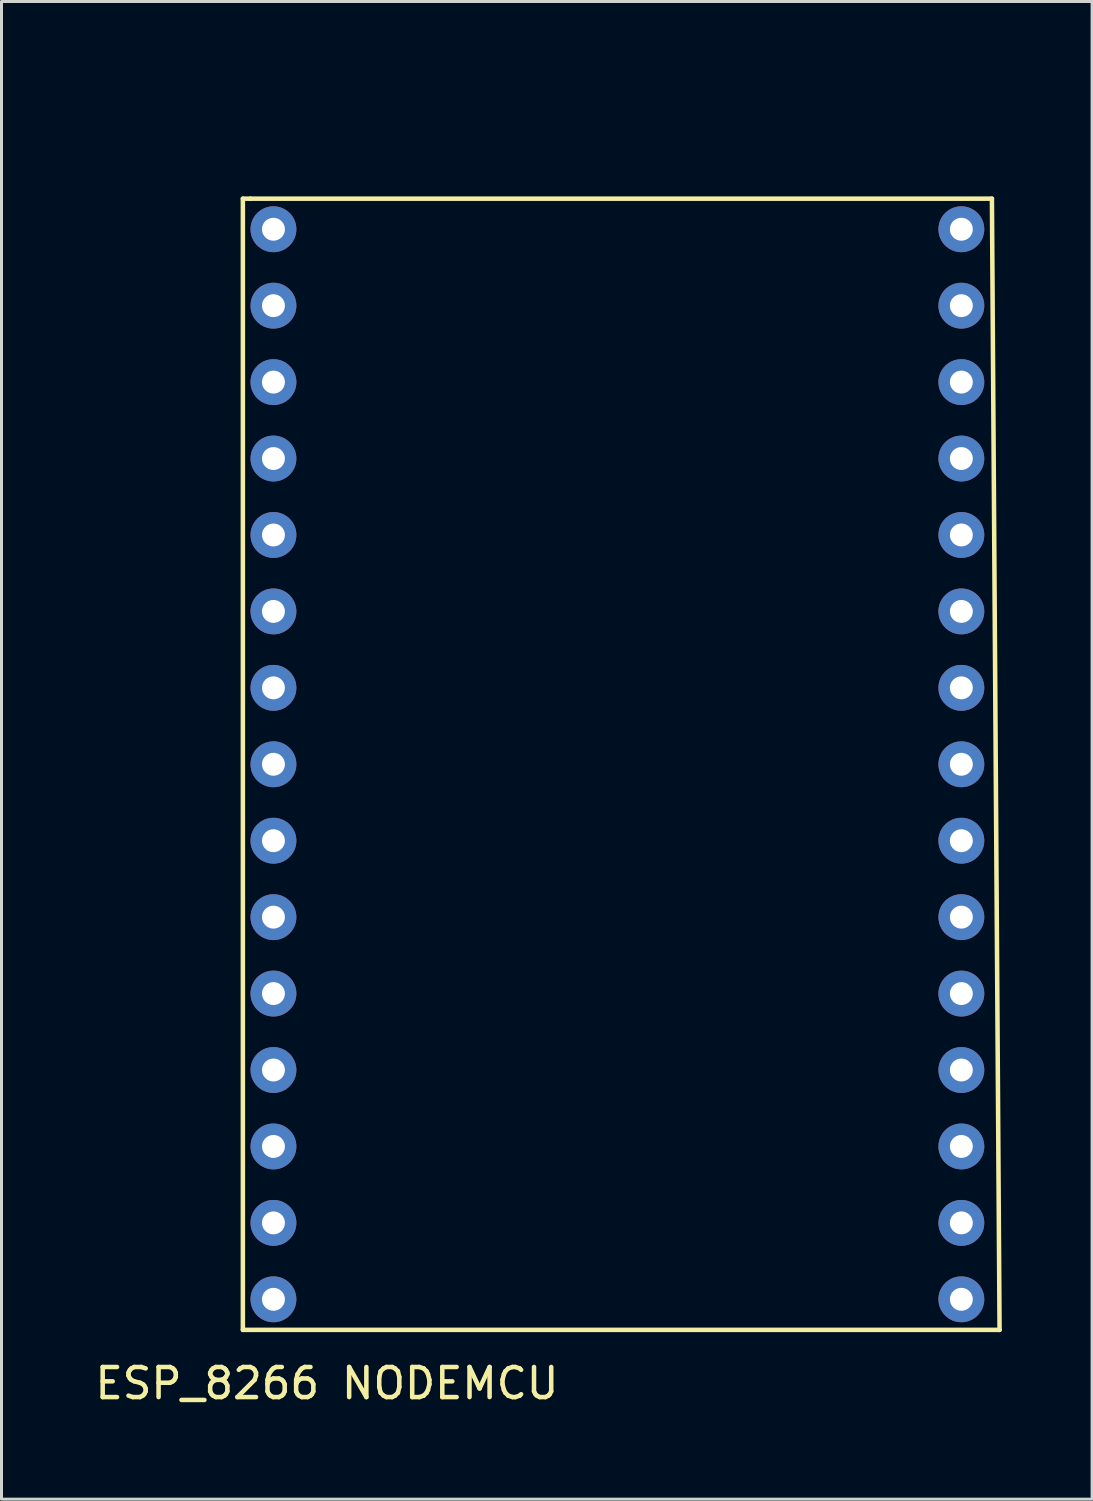
<source format=kicad_pcb>
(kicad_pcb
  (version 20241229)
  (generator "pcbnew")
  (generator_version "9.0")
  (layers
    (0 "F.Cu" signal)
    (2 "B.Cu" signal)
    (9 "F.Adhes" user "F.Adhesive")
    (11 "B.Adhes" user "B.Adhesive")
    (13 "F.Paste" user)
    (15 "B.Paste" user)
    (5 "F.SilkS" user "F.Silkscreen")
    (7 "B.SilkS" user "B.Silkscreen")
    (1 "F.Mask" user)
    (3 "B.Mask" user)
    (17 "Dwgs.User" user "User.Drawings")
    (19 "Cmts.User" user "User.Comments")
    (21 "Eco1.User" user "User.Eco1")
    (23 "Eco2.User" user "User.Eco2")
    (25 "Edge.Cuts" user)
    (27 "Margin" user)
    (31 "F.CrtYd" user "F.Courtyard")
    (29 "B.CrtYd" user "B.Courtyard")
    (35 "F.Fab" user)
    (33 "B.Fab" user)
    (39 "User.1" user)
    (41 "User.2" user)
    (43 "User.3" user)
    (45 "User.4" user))
  (footprint "ESP_8266 NODEMCU"
    (layer "F.Cu")
    (at 6.799 0.25)
    (property "Reference" "ESP_8266 NODEMCU" (at 1.016 42.672 0) (layer "F.SilkS") (effects (font (size 1 1) (thickness 0.15))))
    (attr through_hole)
    (fp_line (start -1.778 3.302) (end -1.778 40.894) (stroke (width 0.15) (type solid)) (layer "F.SilkS"))
    (fp_line (start -1.778 40.894) (end 23.368 40.894) (stroke (width 0.15) (type solid)) (layer "F.SilkS"))
    (fp_line (start -1.524 3.302) (end -1.778 3.302) (stroke (width 0.15) (type solid)) (layer "F.SilkS"))
    (fp_line (start -1.524 3.302) (end 23.114 3.302) (stroke (width 0.15) (type solid)) (layer "F.SilkS"))
    (fp_line (start 23.114 3.302) (end 23.368 40.894) (stroke (width 0.15) (type solid)) (layer "F.SilkS"))
    (pad "1" thru_hole circle (at -0.762 4.318) (size 1.524 1.524) (drill 0.762) (layers "*.Cu" "*.Mask"))
    (pad "2" thru_hole circle (at -0.762 6.858) (size 1.524 1.524) (drill 0.762) (layers "*.Cu" "*.Mask"))
    (pad "3" thru_hole circle (at -0.762 9.398) (size 1.524 1.524) (drill 0.762) (layers "*.Cu" "*.Mask"))
    (pad "4" thru_hole circle (at -0.762 11.938) (size 1.524 1.524) (drill 0.762) (layers "*.Cu" "*.Mask"))
    (pad "5" thru_hole circle (at -0.762 14.478) (size 1.524 1.524) (drill 0.762) (layers "*.Cu" "*.Mask"))
    (pad "6" thru_hole circle (at -0.762 17.018) (size 1.524 1.524) (drill 0.762) (layers "*.Cu" "*.Mask"))
    (pad "7" thru_hole circle (at -0.762 19.558) (size 1.524 1.524) (drill 0.762) (layers "*.Cu" "*.Mask"))
    (pad "8" thru_hole circle (at -0.762 22.098) (size 1.524 1.524) (drill 0.762) (layers "*.Cu" "*.Mask"))
    (pad "9" thru_hole circle (at -0.762 24.638) (size 1.524 1.524) (drill 0.762) (layers "*.Cu" "*.Mask"))
    (pad "10" thru_hole circle (at -0.762 27.178) (size 1.524 1.524) (drill 0.762) (layers "*.Cu" "*.Mask"))
    (pad "11" thru_hole circle (at -0.762 29.718) (size 1.524 1.524) (drill 0.762) (layers "*.Cu" "*.Mask"))
    (pad "12" thru_hole circle (at -0.762 32.258) (size 1.524 1.524) (drill 0.762) (layers "*.Cu" "*.Mask"))
    (pad "13" thru_hole circle (at -0.762 34.798) (size 1.524 1.524) (drill 0.762) (layers "*.Cu" "*.Mask"))
    (pad "14" thru_hole circle (at -0.762 37.338) (size 1.524 1.524) (drill 0.762) (layers "*.Cu" "*.Mask"))
    (pad "15" thru_hole circle (at -0.762 39.878) (size 1.524 1.524) (drill 0.762) (layers "*.Cu" "*.Mask"))
    (pad "16" thru_hole circle (at 22.098 39.878) (size 1.524 1.524) (drill 0.762) (layers "*.Cu" "*.Mask"))
    (pad "17" thru_hole circle (at 22.098 37.338) (size 1.524 1.524) (drill 0.762) (layers "*.Cu" "*.Mask"))
    (pad "18" thru_hole circle (at 22.098 34.798) (size 1.524 1.524) (drill 0.762) (layers "*.Cu" "*.Mask"))
    (pad "19" thru_hole circle (at 22.098 32.258) (size 1.524 1.524) (drill 0.762) (layers "*.Cu" "*.Mask"))
    (pad "20" thru_hole circle (at 22.098 29.718) (size 1.524 1.524) (drill 0.762) (layers "*.Cu" "*.Mask"))
    (pad "21" thru_hole circle (at 22.098 27.178) (size 1.524 1.524) (drill 0.762) (layers "*.Cu" "*.Mask"))
    (pad "22" thru_hole circle (at 22.098 24.638) (size 1.524 1.524) (drill 0.762) (layers "*.Cu" "*.Mask"))
    (pad "23" thru_hole circle (at 22.098 22.098) (size 1.524 1.524) (drill 0.762) (layers "*.Cu" "*.Mask"))
    (pad "24" thru_hole circle (at 22.098 19.558) (size 1.524 1.524) (drill 0.762) (layers "*.Cu" "*.Mask"))
    (pad "25" thru_hole circle (at 22.098 17.018) (size 1.524 1.524) (drill 0.762) (layers "*.Cu" "*.Mask"))
    (pad "26" thru_hole circle (at 22.098 14.478) (size 1.524 1.524) (drill 0.762) (layers "*.Cu" "*.Mask"))
    (pad "27" thru_hole circle (at 22.098 11.938) (size 1.524 1.524) (drill 0.762) (layers "*.Cu" "*.Mask"))
    (pad "28" thru_hole circle (at 22.098 9.398) (size 1.524 1.524) (drill 0.762) (layers "*.Cu" "*.Mask"))
    (pad "29" thru_hole circle (at 22.098 6.858) (size 1.524 1.524) (drill 0.762) (layers "*.Cu" "*.Mask"))
    (pad "30" thru_hole circle (at 22.098 4.318) (size 1.524 1.524) (drill 0.762) (layers "*.Cu" "*.Mask")))
  (gr_rect
    (start -3 -3)
    (end 33.242 46.77)
    (stroke (width 0.1) (type default))
    (fill no)
    (layer "Edge.Cuts")))
</source>
